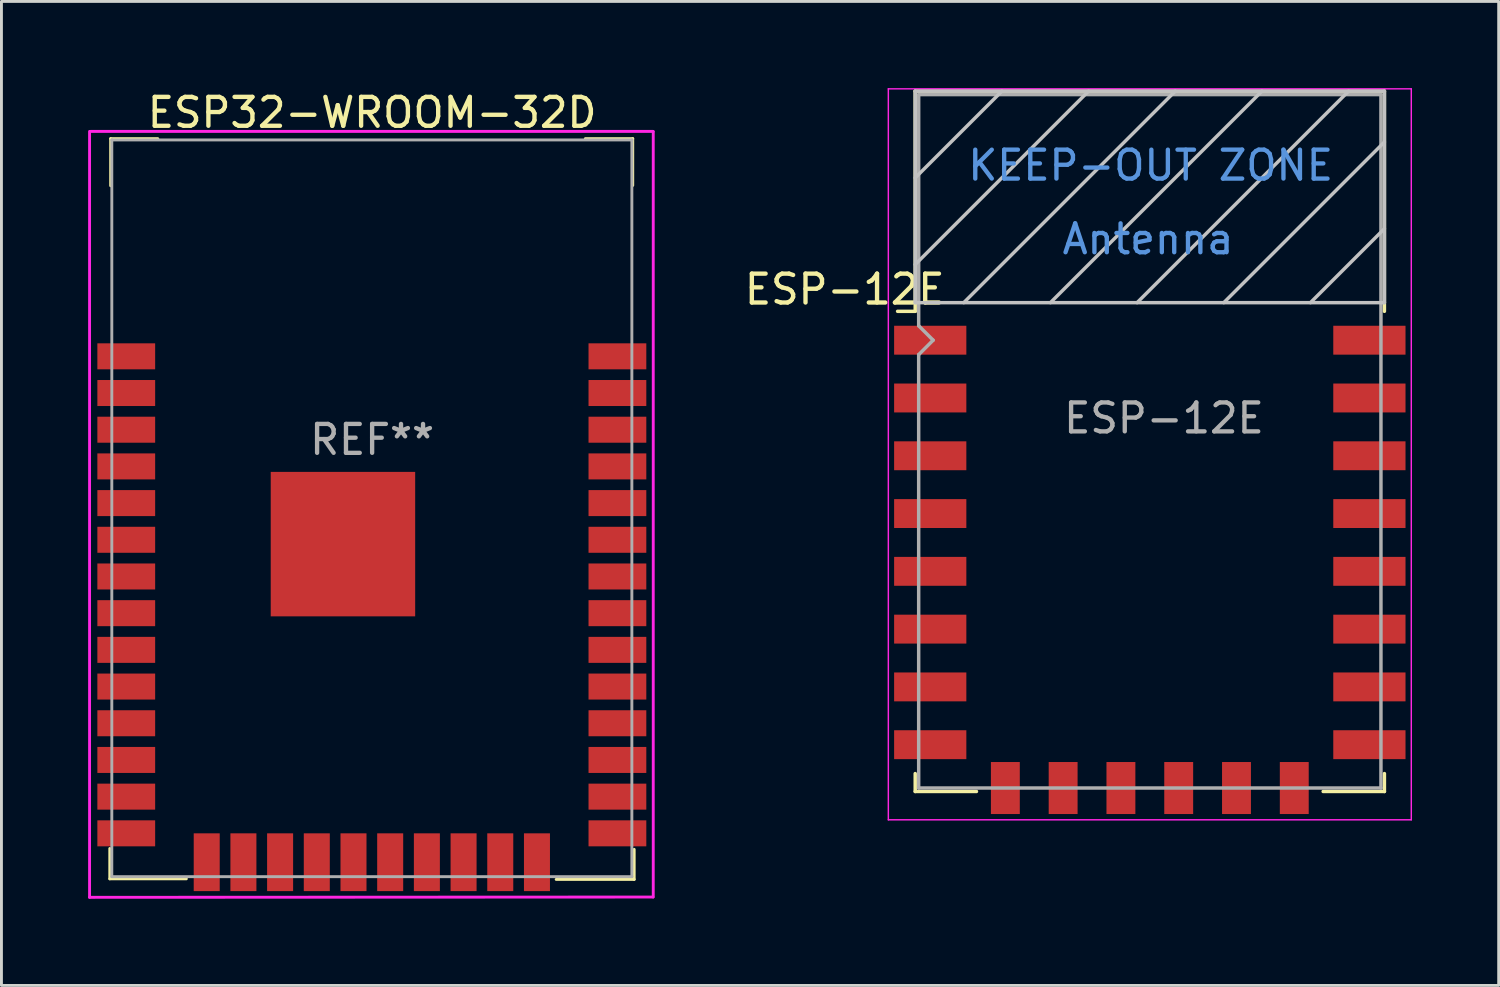
<source format=kicad_pcb>
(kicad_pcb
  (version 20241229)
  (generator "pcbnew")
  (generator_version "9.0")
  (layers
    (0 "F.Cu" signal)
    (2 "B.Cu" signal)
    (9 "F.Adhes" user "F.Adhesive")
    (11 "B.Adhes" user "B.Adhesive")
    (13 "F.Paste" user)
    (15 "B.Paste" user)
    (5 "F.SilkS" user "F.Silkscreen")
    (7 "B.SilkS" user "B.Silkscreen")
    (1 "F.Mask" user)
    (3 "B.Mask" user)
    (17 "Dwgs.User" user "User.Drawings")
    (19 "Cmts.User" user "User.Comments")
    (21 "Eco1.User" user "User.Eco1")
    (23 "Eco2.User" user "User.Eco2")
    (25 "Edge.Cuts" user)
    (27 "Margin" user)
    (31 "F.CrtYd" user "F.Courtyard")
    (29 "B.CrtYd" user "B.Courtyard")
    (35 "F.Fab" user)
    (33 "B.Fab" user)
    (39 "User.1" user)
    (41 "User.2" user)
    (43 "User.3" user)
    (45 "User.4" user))
  (footprint "ESP-12E"
    (layer "F.Cu")
    (at 36.747 12.225)
    (property "Reference" "ESP-12E" (at -10.56 -5.26 0) (layer "F.SilkS") (effects (font (size 1 1) (thickness 0.15))))
    (attr smd)
    (fp_line (start -8.12 -12.12) (end 8.12 -12.12) (stroke (width 0.12) (type solid)) (layer "F.SilkS"))
    (fp_line (start -8.12 -4.5) (end -8.73 -4.5) (stroke (width 0.12) (type solid)) (layer "F.SilkS"))
    (fp_line (start -8.12 -4.5) (end -8.12 -12.12) (stroke (width 0.12) (type solid)) (layer "F.SilkS"))
    (fp_line (start -8.12 12.12) (end -8.12 11.5) (stroke (width 0.12) (type solid)) (layer "F.SilkS"))
    (fp_line (start -6 12.12) (end -8.12 12.12) (stroke (width 0.12) (type solid)) (layer "F.SilkS"))
    (fp_line (start 8.12 -12.12) (end 8.12 -4.5) (stroke (width 0.12) (type solid)) (layer "F.SilkS"))
    (fp_line (start 8.12 11.5) (end 8.12 12.12) (stroke (width 0.12) (type solid)) (layer "F.SilkS"))
    (fp_line (start 8.12 12.12) (end 6 12.12) (stroke (width 0.12) (type solid)) (layer "F.SilkS"))
    (fp_line (start -8.12 -12.12) (end 8.12 -12.12) (stroke (width 0.12) (type solid)) (layer "Dwgs.User"))
    (fp_line (start -8.12 -9.12) (end -5.12 -12.12) (stroke (width 0.12) (type solid)) (layer "Dwgs.User"))
    (fp_line (start -8.12 -6.12) (end -2.12 -12.12) (stroke (width 0.12) (type solid)) (layer "Dwgs.User"))
    (fp_line (start -8.12 -4.8) (end -8.12 -12.12) (stroke (width 0.12) (type solid)) (layer "Dwgs.User"))
    (fp_line (start -6.44 -4.8) (end 0.88 -12.12) (stroke (width 0.12) (type solid)) (layer "Dwgs.User"))
    (fp_line (start -3.44 -4.8) (end 3.88 -12.12) (stroke (width 0.12) (type solid)) (layer "Dwgs.User"))
    (fp_line (start -0.44 -4.8) (end 6.88 -12.12) (stroke (width 0.12) (type solid)) (layer "Dwgs.User"))
    (fp_line (start 2.56 -4.8) (end 8.12 -10.36) (stroke (width 0.12) (type solid)) (layer "Dwgs.User"))
    (fp_line (start 5.56 -4.8) (end 8.12 -7.36) (stroke (width 0.12) (type solid)) (layer "Dwgs.User"))
    (fp_line (start 8.12 -12.12) (end 8.12 -4.8) (stroke (width 0.12) (type solid)) (layer "Dwgs.User"))
    (fp_line (start 8.12 -4.8) (end -8.12 -4.8) (stroke (width 0.12) (type solid)) (layer "Dwgs.User"))
    (fp_line (start -9.05 -12.2) (end 9.05 -12.2) (stroke (width 0.05) (type solid)) (layer "F.CrtYd"))
    (fp_line (start -9.05 13.1) (end -9.05 -12.2) (stroke (width 0.05) (type solid)) (layer "F.CrtYd"))
    (fp_line (start 9.05 -12.2) (end 9.05 13.1) (stroke (width 0.05) (type solid)) (layer "F.CrtYd"))
    (fp_line (start 9.05 13.1) (end -9.05 13.1) (stroke (width 0.05) (type solid)) (layer "F.CrtYd"))
    (fp_line (start -8 -12) (end 8 -12) (stroke (width 0.12) (type solid)) (layer "F.Fab"))
    (fp_line (start -8 -4) (end -8 -12) (stroke (width 0.12) (type solid)) (layer "F.Fab"))
    (fp_line (start -8 -3) (end -7.5 -3.5) (stroke (width 0.12) (type solid)) (layer "F.Fab"))
    (fp_line (start -8 12) (end -8 -3) (stroke (width 0.12) (type solid)) (layer "F.Fab"))
    (fp_line (start -7.5 -3.5) (end -8 -4) (stroke (width 0.12) (type solid)) (layer "F.Fab"))
    (fp_line (start 8 -12) (end 8 12) (stroke (width 0.12) (type solid)) (layer "F.Fab"))
    (fp_line (start 8 12) (end -8 12) (stroke (width 0.12) (type solid)) (layer "F.Fab"))
    (fp_text user "KEEP-OUT ZONE" (at 0.03 -9.55 180) (layer "Cmts.User") (effects (font (size 1 1) (thickness 0.15))))
    (fp_text user "Antenna" (at -0.06 -7 180) (layer "Cmts.User") (effects (font (size 1 1) (thickness 0.15))))
    (fp_text user "${REFERENCE}" (at 0.49 -0.8 0) (layer "F.Fab") (effects (font (size 1 1) (thickness 0.15))))
    (pad "1" smd rect (at -7.6 -3.5) (size 2.5 1) (layers "F.Cu" "F.Mask" "F.Paste"))
    (pad "2" smd rect (at -7.6 -1.5) (size 2.5 1) (layers "F.Cu" "F.Mask" "F.Paste"))
    (pad "3" smd rect (at -7.6 0.5) (size 2.5 1) (layers "F.Cu" "F.Mask" "F.Paste"))
    (pad "4" smd rect (at -7.6 2.5) (size 2.5 1) (layers "F.Cu" "F.Mask" "F.Paste"))
    (pad "5" smd rect (at -7.6 4.5) (size 2.5 1) (layers "F.Cu" "F.Mask" "F.Paste"))
    (pad "6" smd rect (at -7.6 6.5) (size 2.5 1) (layers "F.Cu" "F.Mask" "F.Paste"))
    (pad "7" smd rect (at -7.6 8.5) (size 2.5 1) (layers "F.Cu" "F.Mask" "F.Paste"))
    (pad "8" smd rect (at -7.6 10.5) (size 2.5 1) (layers "F.Cu" "F.Mask" "F.Paste"))
    (pad "9" smd rect (at -5 12) (size 1 1.8) (layers "F.Cu" "F.Mask" "F.Paste"))
    (pad "10" smd rect (at -3 12) (size 1 1.8) (layers "F.Cu" "F.Mask" "F.Paste"))
    (pad "11" smd rect (at -1 12) (size 1 1.8) (layers "F.Cu" "F.Mask" "F.Paste"))
    (pad "12" smd rect (at 1 12) (size 1 1.8) (layers "F.Cu" "F.Mask" "F.Paste"))
    (pad "13" smd rect (at 3 12) (size 1 1.8) (layers "F.Cu" "F.Mask" "F.Paste"))
    (pad "14" smd rect (at 5 12) (size 1 1.8) (layers "F.Cu" "F.Mask" "F.Paste"))
    (pad "15" smd rect (at 7.6 10.5) (size 2.5 1) (layers "F.Cu" "F.Mask" "F.Paste"))
    (pad "16" smd rect (at 7.6 8.5) (size 2.5 1) (layers "F.Cu" "F.Mask" "F.Paste"))
    (pad "17" smd rect (at 7.6 6.5) (size 2.5 1) (layers "F.Cu" "F.Mask" "F.Paste"))
    (pad "18" smd rect (at 7.6 4.5) (size 2.5 1) (layers "F.Cu" "F.Mask" "F.Paste"))
    (pad "19" smd rect (at 7.6 2.5) (size 2.5 1) (layers "F.Cu" "F.Mask" "F.Paste"))
    (pad "20" smd rect (at 7.6 0.5) (size 2.5 1) (layers "F.Cu" "F.Mask" "F.Paste"))
    (pad "21" smd rect (at 7.6 -1.5) (size 2.5 1) (layers "F.Cu" "F.Mask" "F.Paste"))
    (pad "22" smd rect (at 7.6 -3.5) (size 2.5 1) (layers "F.Cu" "F.Mask" "F.Paste")))
  (footprint "ESP32-WROOM-32D"
    (layer "F.Cu")
    (at 9.82 17.538)
    (property "Reference" "ESP32-WROOM-32D" (at 0.01 -16.69 0) (layer "F.SilkS") (effects (font (size 1 1) (thickness 0.15))))
    (attr smd)
    (fp_line (start -9.07 8.78) (end -9.07 9.83) (stroke (width 0.1) (type solid)) (layer "F.SilkS"))
    (fp_line (start -9.07 9.83) (end -6.42 9.83) (stroke (width 0.1) (type solid)) (layer "F.SilkS"))
    (fp_line (start -9.04 -15.79) (end -7.41 -15.79) (stroke (width 0.1) (type solid)) (layer "F.SilkS"))
    (fp_line (start -9.04 -14.16) (end -9.04 -15.79) (stroke (width 0.1) (type solid)) (layer "F.SilkS"))
    (fp_line (start 9.03 -15.79) (end 7.39 -15.79) (stroke (width 0.1) (type solid)) (layer "F.SilkS"))
    (fp_line (start 9.03 -14.17) (end 9.03 -15.79) (stroke (width 0.1) (type solid)) (layer "F.SilkS"))
    (fp_line (start 9.08 8.81) (end 9.08 9.85) (stroke (width 0.1) (type solid)) (layer "F.SilkS"))
    (fp_line (start 9.08 9.85) (end 6.38 9.85) (stroke (width 0.1) (type solid)) (layer "F.SilkS"))
    (fp_line (start -9.77 -16.04) (end -9.77 10.47) (stroke (width 0.1) (type solid)) (layer "F.CrtYd"))
    (fp_line (start -9.77 10.47) (end 9.73 10.46) (stroke (width 0.1) (type solid)) (layer "F.CrtYd"))
    (fp_line (start 9.74 -16.04) (end -9.74 -16.04) (stroke (width 0.1) (type solid)) (layer "F.CrtYd"))
    (fp_line (start 9.74 10.46) (end 9.74 -16.02) (stroke (width 0.1) (type solid)) (layer "F.CrtYd"))
    (fp_line (start -9 -15.748) (end -9 9.755) (stroke (width 0.1) (type solid)) (layer "F.Fab"))
    (fp_line (start -9 -15.745) (end 9 -15.745) (stroke (width 0.1) (type solid)) (layer "F.Fab"))
    (fp_line (start -9 9.755) (end 9 9.755) (stroke (width 0.1) (type solid)) (layer "F.Fab"))
    (fp_line (start 9 -15.748) (end 9 9.755) (stroke (width 0.1) (type solid)) (layer "F.Fab"))
    (fp_text user "REF**" (at 0.01 -5.37 0) (layer "F.Fab") (effects (font (size 1 1) (thickness 0.15))))
    (pad "1" smd rect (at -8.5 -8.255) (size 2 0.9) (layers "F.Cu" "F.Mask" "F.Paste"))
    (pad "2" smd rect (at -8.5 -6.985) (size 2 0.9) (layers "F.Cu" "F.Mask" "F.Paste"))
    (pad "3" smd rect (at -8.5 -5.715) (size 2 0.9) (layers "F.Cu" "F.Mask" "F.Paste"))
    (pad "4" smd rect (at -8.5 -4.445) (size 2 0.9) (layers "F.Cu" "F.Mask" "F.Paste"))
    (pad "5" smd rect (at -8.5 -3.175) (size 2 0.9) (layers "F.Cu" "F.Mask" "F.Paste"))
    (pad "6" smd rect (at -8.5 -1.905) (size 2 0.9) (layers "F.Cu" "F.Mask" "F.Paste"))
    (pad "7" smd rect (at -8.5 -0.635) (size 2 0.9) (layers "F.Cu" "F.Mask" "F.Paste"))
    (pad "8" smd rect (at -8.5 0.635) (size 2 0.9) (layers "F.Cu" "F.Mask" "F.Paste"))
    (pad "9" smd rect (at -8.5 1.905) (size 2 0.9) (layers "F.Cu" "F.Mask" "F.Paste"))
    (pad "10" smd rect (at -8.5 3.175) (size 2 0.9) (layers "F.Cu" "F.Mask" "F.Paste"))
    (pad "11" smd rect (at -8.5 4.445) (size 2 0.9) (layers "F.Cu" "F.Mask" "F.Paste"))
    (pad "12" smd rect (at -8.5 5.715) (size 2 0.9) (layers "F.Cu" "F.Mask" "F.Paste"))
    (pad "13" smd rect (at -8.5 6.985) (size 2 0.9) (layers "F.Cu" "F.Mask" "F.Paste"))
    (pad "14" smd rect (at -8.5 8.255) (size 2 0.9) (layers "F.Cu" "F.Mask" "F.Paste"))
    (pad "15" smd rect (at -5.715 9.255 90) (size 2 0.9) (layers "F.Cu" "F.Mask" "F.Paste"))
    (pad "16" smd rect (at -4.445 9.255 90) (size 2 0.9) (layers "F.Cu" "F.Mask" "F.Paste"))
    (pad "17" smd rect (at -3.175 9.255 90) (size 2 0.9) (layers "F.Cu" "F.Mask" "F.Paste"))
    (pad "18" smd rect (at -1.905 9.255 90) (size 2 0.9) (layers "F.Cu" "F.Mask" "F.Paste"))
    (pad "19" smd rect (at -0.635 9.255 90) (size 2 0.9) (layers "F.Cu" "F.Mask" "F.Paste"))
    (pad "20" smd rect (at 0.635 9.255 90) (size 2 0.9) (layers "F.Cu" "F.Mask" "F.Paste"))
    (pad "21" smd rect (at 1.905 9.255 90) (size 2 0.9) (layers "F.Cu" "F.Mask" "F.Paste"))
    (pad "22" smd rect (at 3.175 9.255 90) (size 2 0.9) (layers "F.Cu" "F.Mask" "F.Paste"))
    (pad "23" smd rect (at 4.445 9.255 90) (size 2 0.9) (layers "F.Cu" "F.Mask" "F.Paste"))
    (pad "24" smd rect (at 5.715 9.255 90) (size 2 0.9) (layers "F.Cu" "F.Mask" "F.Paste"))
    (pad "25" smd rect (at 8.5 8.255) (size 2 0.9) (layers "F.Cu" "F.Mask" "F.Paste"))
    (pad "26" smd rect (at 8.5 6.985) (size 2 0.9) (layers "F.Cu" "F.Mask" "F.Paste"))
    (pad "27" smd rect (at 8.5 5.715) (size 2 0.9) (layers "F.Cu" "F.Mask" "F.Paste"))
    (pad "28" smd rect (at 8.5 4.445) (size 2 0.9) (layers "F.Cu" "F.Mask" "F.Paste"))
    (pad "29" smd rect (at 8.5 3.175) (size 2 0.9) (layers "F.Cu" "F.Mask" "F.Paste"))
    (pad "30" smd rect (at 8.5 1.905) (size 2 0.9) (layers "F.Cu" "F.Mask" "F.Paste"))
    (pad "31" smd rect (at 8.5 0.635) (size 2 0.9) (layers "F.Cu" "F.Mask" "F.Paste"))
    (pad "32" smd rect (at 8.5 -0.635) (size 2 0.9) (layers "F.Cu" "F.Mask" "F.Paste"))
    (pad "33" smd rect (at 8.5 -1.905) (size 2 0.9) (layers "F.Cu" "F.Mask" "F.Paste"))
    (pad "34" smd rect (at 8.5 -3.175) (size 2 0.9) (layers "F.Cu" "F.Mask" "F.Paste"))
    (pad "35" smd rect (at 8.5 -4.445) (size 2 0.9) (layers "F.Cu" "F.Mask" "F.Paste"))
    (pad "36" smd rect (at 8.5 -5.715) (size 2 0.9) (layers "F.Cu" "F.Mask" "F.Paste"))
    (pad "37" smd rect (at 8.5 -6.985) (size 2 0.9) (layers "F.Cu" "F.Mask" "F.Paste"))
    (pad "38" smd rect (at 8.5 -8.255) (size 2 0.9) (layers "F.Cu" "F.Mask" "F.Paste"))
    (pad "39" smd rect (at -1 -1.755) (size 5 5) (layers "F.Cu" "F.Mask" "F.Paste")))
  (gr_rect
    (start -3 -3)
    (end 48.822 31.058)
    (stroke (width 0.1) (type default))
    (fill no)
    (layer "Edge.Cuts")))
</source>
